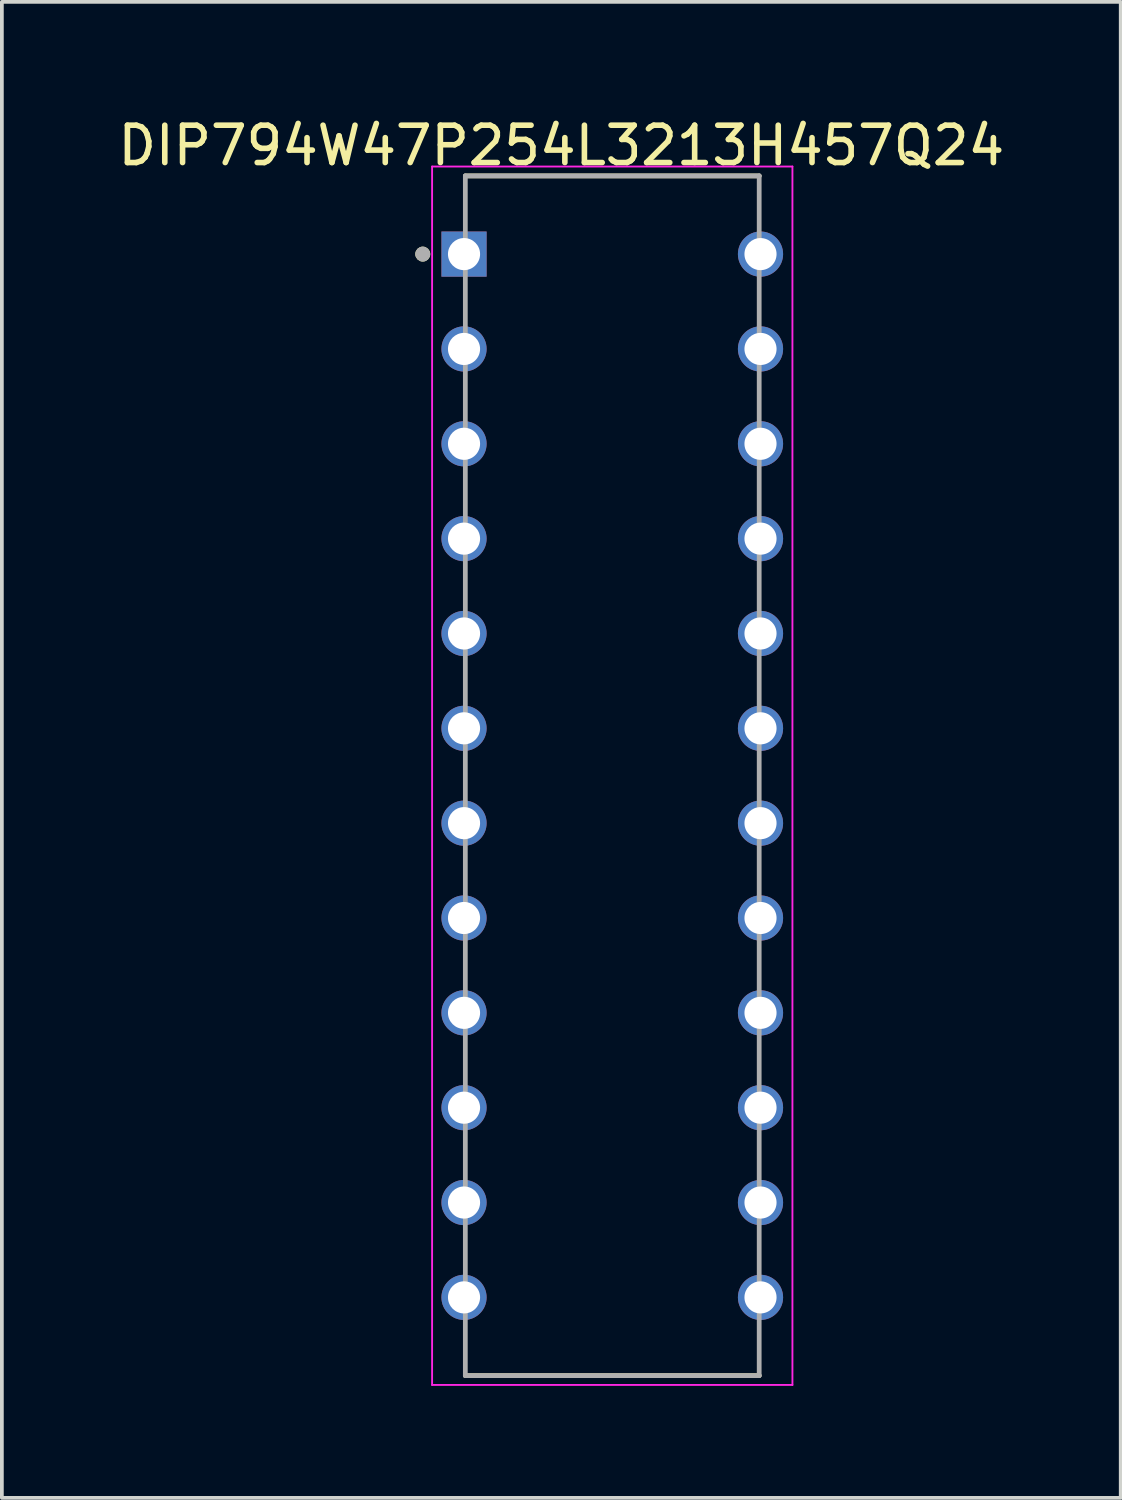
<source format=kicad_pcb>
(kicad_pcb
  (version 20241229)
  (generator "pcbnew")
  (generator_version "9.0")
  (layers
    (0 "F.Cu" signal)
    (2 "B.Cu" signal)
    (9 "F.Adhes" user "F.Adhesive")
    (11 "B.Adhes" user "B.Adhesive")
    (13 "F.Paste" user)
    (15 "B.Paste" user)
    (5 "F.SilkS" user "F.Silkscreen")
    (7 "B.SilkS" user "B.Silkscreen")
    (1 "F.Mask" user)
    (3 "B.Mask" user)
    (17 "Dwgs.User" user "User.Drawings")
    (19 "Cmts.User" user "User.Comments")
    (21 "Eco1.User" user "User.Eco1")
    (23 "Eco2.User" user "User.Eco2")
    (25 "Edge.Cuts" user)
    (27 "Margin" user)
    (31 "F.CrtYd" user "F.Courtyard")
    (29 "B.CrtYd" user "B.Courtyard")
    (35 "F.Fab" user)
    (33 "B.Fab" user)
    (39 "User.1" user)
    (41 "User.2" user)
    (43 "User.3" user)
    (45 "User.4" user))
  (footprint "DIP794W47P254L3213H457Q24"
    (layer "F.Cu")
    (at 13.347 17.725)
    (property "Reference" "DIP794W47P254L3213H457Q24" (at -1.365 -16.877 0) (layer "F.SilkS") (effects (font (size 1 1) (thickness 0.15))))
    (attr through_hole)
    (fp_line (start -3.935 -16.065) (end 3.935 -16.065) (stroke (width 0.127) (type solid)) (layer "F.SilkS"))
    (fp_line (start -3.935 16.065) (end 3.935 16.065) (stroke (width 0.127) (type solid)) (layer "F.SilkS"))
    (fp_circle (center -5.075 -13.97) (end -4.975 -13.97) (stroke (width 0.2) (type solid)) (fill no) (layer "F.SilkS"))
    (fp_line (start -4.825 -16.315) (end -4.825 16.315) (stroke (width 0.05) (type solid)) (layer "F.CrtYd"))
    (fp_line (start 4.825 -16.315) (end -4.825 -16.315) (stroke (width 0.05) (type solid)) (layer "F.CrtYd"))
    (fp_line (start 4.825 -16.315) (end 4.825 16.315) (stroke (width 0.05) (type solid)) (layer "F.CrtYd"))
    (fp_line (start 4.825 16.315) (end -4.825 16.315) (stroke (width 0.05) (type solid)) (layer "F.CrtYd"))
    (fp_line (start -3.935 -16.065) (end -3.935 16.065) (stroke (width 0.127) (type solid)) (layer "F.Fab"))
    (fp_line (start -3.935 -16.065) (end 3.935 -16.065) (stroke (width 0.127) (type solid)) (layer "F.Fab"))
    (fp_line (start -3.935 16.065) (end 3.935 16.065) (stroke (width 0.127) (type solid)) (layer "F.Fab"))
    (fp_line (start 3.935 -16.065) (end 3.935 16.065) (stroke (width 0.127) (type solid)) (layer "F.Fab"))
    (fp_circle (center -5.075 -13.97) (end -4.975 -13.97) (stroke (width 0.2) (type solid)) (fill no) (layer "F.Fab"))
    (pad "1" thru_hole rect (at -3.97 -13.97) (size 1.21 1.21) (drill 0.86) (layers "*.Cu" "*.Mask"))
    (pad "2" thru_hole circle (at -3.97 -11.43) (size 1.21 1.21) (drill 0.86) (layers "*.Cu" "*.Mask"))
    (pad "3" thru_hole circle (at -3.97 -8.89) (size 1.21 1.21) (drill 0.86) (layers "*.Cu" "*.Mask"))
    (pad "4" thru_hole circle (at -3.97 -6.35) (size 1.21 1.21) (drill 0.86) (layers "*.Cu" "*.Mask"))
    (pad "5" thru_hole circle (at -3.97 -3.81) (size 1.21 1.21) (drill 0.86) (layers "*.Cu" "*.Mask"))
    (pad "6" thru_hole circle (at -3.97 -1.27) (size 1.21 1.21) (drill 0.86) (layers "*.Cu" "*.Mask"))
    (pad "7" thru_hole circle (at -3.97 1.27) (size 1.21 1.21) (drill 0.86) (layers "*.Cu" "*.Mask"))
    (pad "8" thru_hole circle (at -3.97 3.81) (size 1.21 1.21) (drill 0.86) (layers "*.Cu" "*.Mask"))
    (pad "9" thru_hole circle (at -3.97 6.35) (size 1.21 1.21) (drill 0.86) (layers "*.Cu" "*.Mask"))
    (pad "10" thru_hole circle (at -3.97 8.89) (size 1.21 1.21) (drill 0.86) (layers "*.Cu" "*.Mask"))
    (pad "11" thru_hole circle (at -3.97 11.43) (size 1.21 1.21) (drill 0.86) (layers "*.Cu" "*.Mask"))
    (pad "12" thru_hole circle (at -3.97 13.97) (size 1.21 1.21) (drill 0.86) (layers "*.Cu" "*.Mask"))
    (pad "13" thru_hole circle (at 3.97 13.97) (size 1.21 1.21) (drill 0.86) (layers "*.Cu" "*.Mask"))
    (pad "14" thru_hole circle (at 3.97 11.43) (size 1.21 1.21) (drill 0.86) (layers "*.Cu" "*.Mask"))
    (pad "15" thru_hole circle (at 3.97 8.89) (size 1.21 1.21) (drill 0.86) (layers "*.Cu" "*.Mask"))
    (pad "16" thru_hole circle (at 3.97 6.35) (size 1.21 1.21) (drill 0.86) (layers "*.Cu" "*.Mask"))
    (pad "17" thru_hole circle (at 3.97 3.81) (size 1.21 1.21) (drill 0.86) (layers "*.Cu" "*.Mask"))
    (pad "18" thru_hole circle (at 3.97 1.27) (size 1.21 1.21) (drill 0.86) (layers "*.Cu" "*.Mask"))
    (pad "19" thru_hole circle (at 3.97 -1.27) (size 1.21 1.21) (drill 0.86) (layers "*.Cu" "*.Mask"))
    (pad "20" thru_hole circle (at 3.97 -3.81) (size 1.21 1.21) (drill 0.86) (layers "*.Cu" "*.Mask"))
    (pad "21" thru_hole circle (at 3.97 -6.35) (size 1.21 1.21) (drill 0.86) (layers "*.Cu" "*.Mask"))
    (pad "22" thru_hole circle (at 3.97 -8.89) (size 1.21 1.21) (drill 0.86) (layers "*.Cu" "*.Mask"))
    (pad "23" thru_hole circle (at 3.97 -11.43) (size 1.21 1.21) (drill 0.86) (layers "*.Cu" "*.Mask"))
    (pad "24" thru_hole circle (at 3.97 -13.97) (size 1.21 1.21) (drill 0.86) (layers "*.Cu" "*.Mask")))
  (gr_rect
    (start -3 -3)
    (end 26.964 37.065)
    (stroke (width 0.1) (type default))
    (fill no)
    (layer "Edge.Cuts")))
</source>
